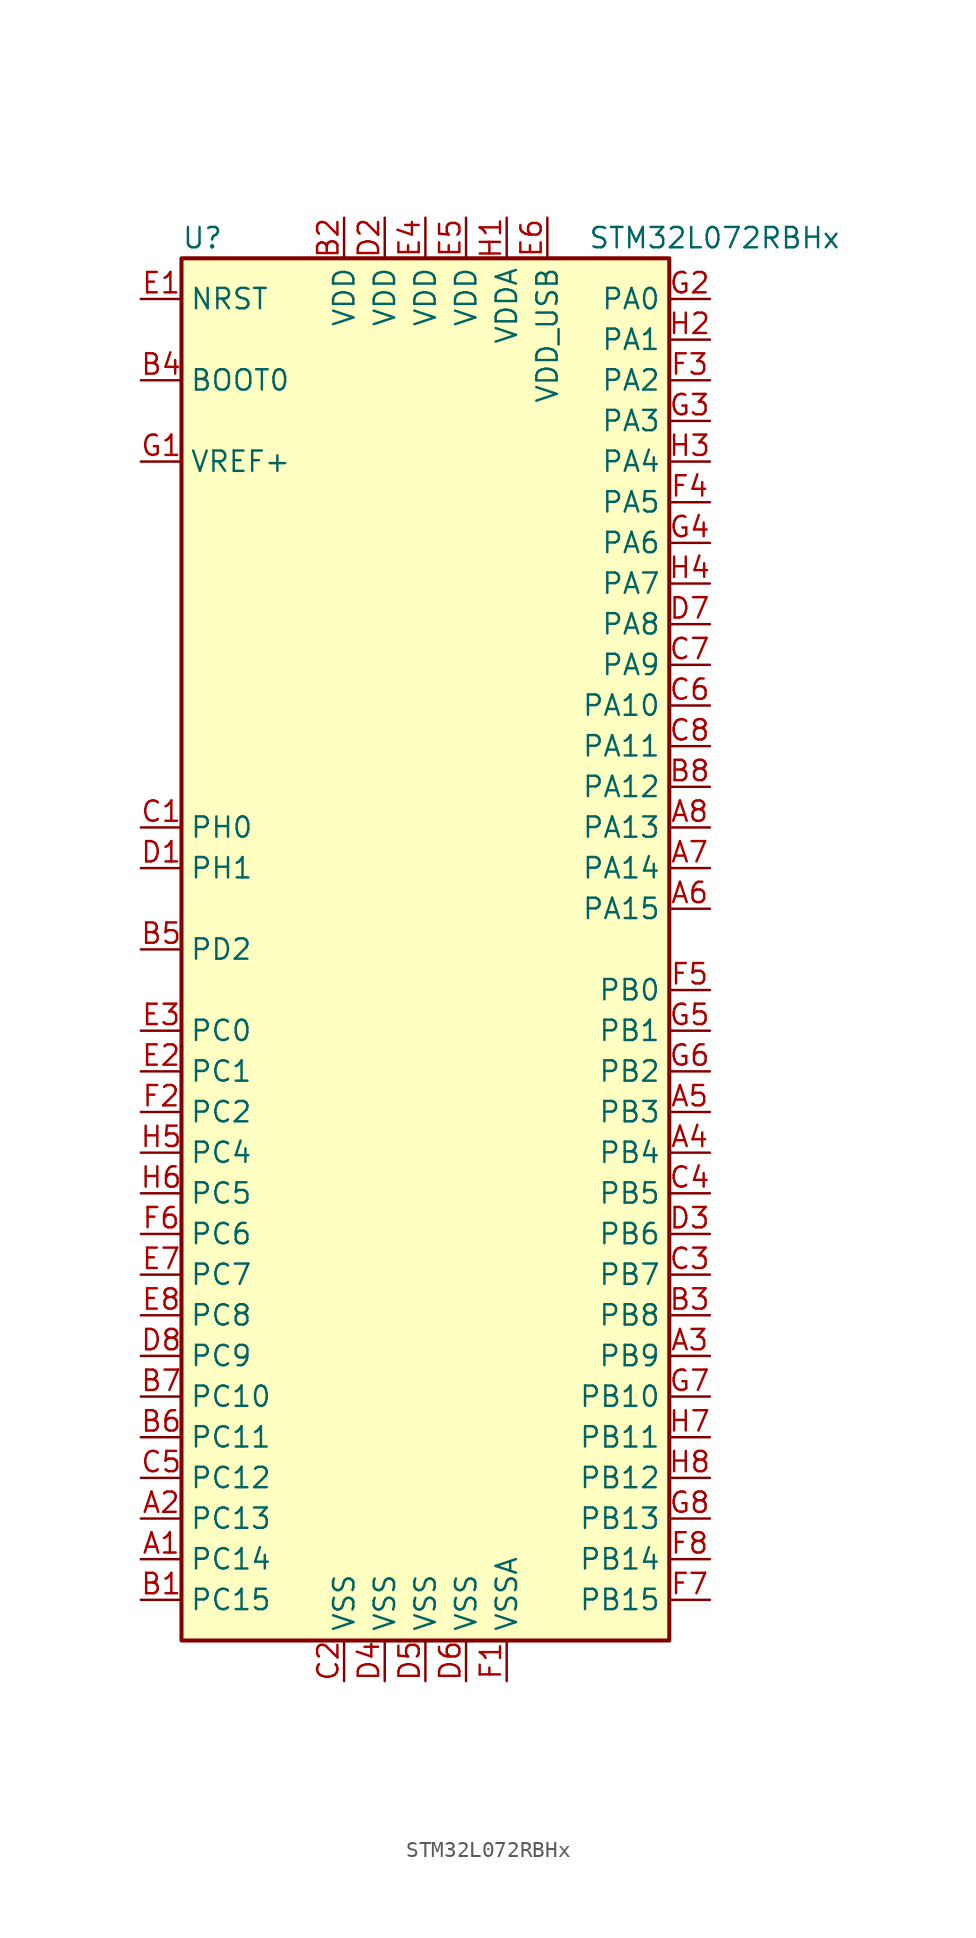
<source format=kicad_sym>
(kicad_symbol_lib
  (version 20201005)
  (generator kicad_symbol_editor)
  (symbol "STM32L072RBHx"
    (property "Reference" "U"
      (at -15.24 44.45 0)
      (effects (font (size 1.27 1.27)) (justify left)))
    (property "Value" "STM32L072RBHx"
      (at 10.16 44.45 0)
      (effects (font (size 1.27 1.27)) (justify left)))
    (symbol "STM32L072RBHx_0_1"
      (rectangle (start -15.24 -43.18) (end 15.24 43.18) (stroke (width 0.254)) (fill (type background))))
    (symbol "STM32L072RBHx_1_1"
      (pin input line (at -17.78 35.56 0) (length 2.54) (name "BOOT0" (effects (font (size 1.27 1.27)))) (number "B4" (effects (font (size 1.27 1.27)))))
      (pin input line (at -17.78 40.64 0) (length 2.54) (name "NRST" (effects (font (size 1.27 1.27)))) (number "E1" (effects (font (size 1.27 1.27)))))
      (pin bidirectional line (at 17.78 40.64 180) (length 2.54) (name "PA0" (effects (font (size 1.27 1.27)))) (number "G2" (effects (font (size 1.27 1.27)))))
      (pin bidirectional line (at 17.78 38.1 180) (length 2.54) (name "PA1" (effects (font (size 1.27 1.27)))) (number "H2" (effects (font (size 1.27 1.27)))))
      (pin bidirectional line (at 17.78 15.24 180) (length 2.54) (name "PA10" (effects (font (size 1.27 1.27)))) (number "C6" (effects (font (size 1.27 1.27)))))
      (pin bidirectional line (at 17.78 12.7 180) (length 2.54) (name "PA11" (effects (font (size 1.27 1.27)))) (number "C8" (effects (font (size 1.27 1.27)))))
      (pin bidirectional line (at 17.78 10.16 180) (length 2.54) (name "PA12" (effects (font (size 1.27 1.27)))) (number "B8" (effects (font (size 1.27 1.27)))))
      (pin bidirectional line (at 17.78 7.62 180) (length 2.54) (name "PA13" (effects (font (size 1.27 1.27)))) (number "A8" (effects (font (size 1.27 1.27)))))
      (pin bidirectional line (at 17.78 5.08 180) (length 2.54) (name "PA14" (effects (font (size 1.27 1.27)))) (number "A7" (effects (font (size 1.27 1.27)))))
      (pin bidirectional line (at 17.78 2.54 180) (length 2.54) (name "PA15" (effects (font (size 1.27 1.27)))) (number "A6" (effects (font (size 1.27 1.27)))))
      (pin bidirectional line (at 17.78 35.56 180) (length 2.54) (name "PA2" (effects (font (size 1.27 1.27)))) (number "F3" (effects (font (size 1.27 1.27)))))
      (pin bidirectional line (at 17.78 33.02 180) (length 2.54) (name "PA3" (effects (font (size 1.27 1.27)))) (number "G3" (effects (font (size 1.27 1.27)))))
      (pin bidirectional line (at 17.78 30.48 180) (length 2.54) (name "PA4" (effects (font (size 1.27 1.27)))) (number "H3" (effects (font (size 1.27 1.27)))))
      (pin bidirectional line (at 17.78 27.94 180) (length 2.54) (name "PA5" (effects (font (size 1.27 1.27)))) (number "F4" (effects (font (size 1.27 1.27)))))
      (pin bidirectional line (at 17.78 25.4 180) (length 2.54) (name "PA6" (effects (font (size 1.27 1.27)))) (number "G4" (effects (font (size 1.27 1.27)))))
      (pin bidirectional line (at 17.78 22.86 180) (length 2.54) (name "PA7" (effects (font (size 1.27 1.27)))) (number "H4" (effects (font (size 1.27 1.27)))))
      (pin bidirectional line (at 17.78 20.32 180) (length 2.54) (name "PA8" (effects (font (size 1.27 1.27)))) (number "D7" (effects (font (size 1.27 1.27)))))
      (pin bidirectional line (at 17.78 17.78 180) (length 2.54) (name "PA9" (effects (font (size 1.27 1.27)))) (number "C7" (effects (font (size 1.27 1.27)))))
      (pin bidirectional line (at 17.78 -2.54 180) (length 2.54) (name "PB0" (effects (font (size 1.27 1.27)))) (number "F5" (effects (font (size 1.27 1.27)))))
      (pin bidirectional line (at 17.78 -5.08 180) (length 2.54) (name "PB1" (effects (font (size 1.27 1.27)))) (number "G5" (effects (font (size 1.27 1.27)))))
      (pin bidirectional line (at 17.78 -27.94 180) (length 2.54) (name "PB10" (effects (font (size 1.27 1.27)))) (number "G7" (effects (font (size 1.27 1.27)))))
      (pin bidirectional line (at 17.78 -30.48 180) (length 2.54) (name "PB11" (effects (font (size 1.27 1.27)))) (number "H7" (effects (font (size 1.27 1.27)))))
      (pin bidirectional line (at 17.78 -33.02 180) (length 2.54) (name "PB12" (effects (font (size 1.27 1.27)))) (number "H8" (effects (font (size 1.27 1.27)))))
      (pin bidirectional line (at 17.78 -35.56 180) (length 2.54) (name "PB13" (effects (font (size 1.27 1.27)))) (number "G8" (effects (font (size 1.27 1.27)))))
      (pin bidirectional line (at 17.78 -38.1 180) (length 2.54) (name "PB14" (effects (font (size 1.27 1.27)))) (number "F8" (effects (font (size 1.27 1.27)))))
      (pin bidirectional line (at 17.78 -40.64 180) (length 2.54) (name "PB15" (effects (font (size 1.27 1.27)))) (number "F7" (effects (font (size 1.27 1.27)))))
      (pin bidirectional line (at 17.78 -7.62 180) (length 2.54) (name "PB2" (effects (font (size 1.27 1.27)))) (number "G6" (effects (font (size 1.27 1.27)))))
      (pin bidirectional line (at 17.78 -10.16 180) (length 2.54) (name "PB3" (effects (font (size 1.27 1.27)))) (number "A5" (effects (font (size 1.27 1.27)))))
      (pin bidirectional line (at 17.78 -12.7 180) (length 2.54) (name "PB4" (effects (font (size 1.27 1.27)))) (number "A4" (effects (font (size 1.27 1.27)))))
      (pin bidirectional line (at 17.78 -15.24 180) (length 2.54) (name "PB5" (effects (font (size 1.27 1.27)))) (number "C4" (effects (font (size 1.27 1.27)))))
      (pin bidirectional line (at 17.78 -17.78 180) (length 2.54) (name "PB6" (effects (font (size 1.27 1.27)))) (number "D3" (effects (font (size 1.27 1.27)))))
      (pin bidirectional line (at 17.78 -20.32 180) (length 2.54) (name "PB7" (effects (font (size 1.27 1.27)))) (number "C3" (effects (font (size 1.27 1.27)))))
      (pin bidirectional line (at 17.78 -22.86 180) (length 2.54) (name "PB8" (effects (font (size 1.27 1.27)))) (number "B3" (effects (font (size 1.27 1.27)))))
      (pin bidirectional line (at 17.78 -25.4 180) (length 2.54) (name "PB9" (effects (font (size 1.27 1.27)))) (number "A3" (effects (font (size 1.27 1.27)))))
      (pin bidirectional line (at -17.78 -5.08 0) (length 2.54) (name "PC0" (effects (font (size 1.27 1.27)))) (number "E3" (effects (font (size 1.27 1.27)))))
      (pin bidirectional line (at -17.78 -7.62 0) (length 2.54) (name "PC1" (effects (font (size 1.27 1.27)))) (number "E2" (effects (font (size 1.27 1.27)))))
      (pin bidirectional line (at -17.78 -27.94 0) (length 2.54) (name "PC10" (effects (font (size 1.27 1.27)))) (number "B7" (effects (font (size 1.27 1.27)))))
      (pin bidirectional line (at -17.78 -30.48 0) (length 2.54) (name "PC11" (effects (font (size 1.27 1.27)))) (number "B6" (effects (font (size 1.27 1.27)))))
      (pin bidirectional line (at -17.78 -33.02 0) (length 2.54) (name "PC12" (effects (font (size 1.27 1.27)))) (number "C5" (effects (font (size 1.27 1.27)))))
      (pin bidirectional line (at -17.78 -35.56 0) (length 2.54) (name "PC13" (effects (font (size 1.27 1.27)))) (number "A2" (effects (font (size 1.27 1.27)))))
      (pin bidirectional line (at -17.78 -38.1 0) (length 2.54) (name "PC14" (effects (font (size 1.27 1.27)))) (number "A1" (effects (font (size 1.27 1.27)))))
      (pin bidirectional line (at -17.78 -40.64 0) (length 2.54) (name "PC15" (effects (font (size 1.27 1.27)))) (number "B1" (effects (font (size 1.27 1.27)))))
      (pin bidirectional line (at -17.78 -10.16 0) (length 2.54) (name "PC2" (effects (font (size 1.27 1.27)))) (number "F2" (effects (font (size 1.27 1.27)))))
      (pin bidirectional line (at -17.78 -12.7 0) (length 2.54) (name "PC4" (effects (font (size 1.27 1.27)))) (number "H5" (effects (font (size 1.27 1.27)))))
      (pin bidirectional line (at -17.78 -15.24 0) (length 2.54) (name "PC5" (effects (font (size 1.27 1.27)))) (number "H6" (effects (font (size 1.27 1.27)))))
      (pin bidirectional line (at -17.78 -17.78 0) (length 2.54) (name "PC6" (effects (font (size 1.27 1.27)))) (number "F6" (effects (font (size 1.27 1.27)))))
      (pin bidirectional line (at -17.78 -20.32 0) (length 2.54) (name "PC7" (effects (font (size 1.27 1.27)))) (number "E7" (effects (font (size 1.27 1.27)))))
      (pin bidirectional line (at -17.78 -22.86 0) (length 2.54) (name "PC8" (effects (font (size 1.27 1.27)))) (number "E8" (effects (font (size 1.27 1.27)))))
      (pin bidirectional line (at -17.78 -25.4 0) (length 2.54) (name "PC9" (effects (font (size 1.27 1.27)))) (number "D8" (effects (font (size 1.27 1.27)))))
      (pin bidirectional line (at -17.78 0 0) (length 2.54) (name "PD2" (effects (font (size 1.27 1.27)))) (number "B5" (effects (font (size 1.27 1.27)))))
      (pin input line (at -17.78 7.62 0) (length 2.54) (name "PH0" (effects (font (size 1.27 1.27)))) (number "C1" (effects (font (size 1.27 1.27)))))
      (pin input line (at -17.78 5.08 0) (length 2.54) (name "PH1" (effects (font (size 1.27 1.27)))) (number "D1" (effects (font (size 1.27 1.27)))))
      (pin power_in line (at -5.08 45.72 270) (length 2.54) (name "VDD" (effects (font (size 1.27 1.27)))) (number "B2" (effects (font (size 1.27 1.27)))))
      (pin power_in line (at -2.54 45.72 270) (length 2.54) (name "VDD" (effects (font (size 1.27 1.27)))) (number "D2" (effects (font (size 1.27 1.27)))))
      (pin power_in line (at 0 45.72 270) (length 2.54) (name "VDD" (effects (font (size 1.27 1.27)))) (number "E4" (effects (font (size 1.27 1.27)))))
      (pin power_in line (at 2.54 45.72 270) (length 2.54) (name "VDD" (effects (font (size 1.27 1.27)))) (number "E5" (effects (font (size 1.27 1.27)))))
      (pin power_in line (at 5.08 45.72 270) (length 2.54) (name "VDDA" (effects (font (size 1.27 1.27)))) (number "H1" (effects (font (size 1.27 1.27)))))
      (pin power_in line (at 7.62 45.72 270) (length 2.54) (name "VDD_USB" (effects (font (size 1.27 1.27)))) (number "E6" (effects (font (size 1.27 1.27)))))
      (pin power_in line (at -17.78 30.48 0) (length 2.54) (name "VREF+" (effects (font (size 1.27 1.27)))) (number "G1" (effects (font (size 1.27 1.27)))))
      (pin power_in line (at -5.08 -45.72 90) (length 2.54) (name "VSS" (effects (font (size 1.27 1.27)))) (number "C2" (effects (font (size 1.27 1.27)))))
      (pin power_in line (at -2.54 -45.72 90) (length 2.54) (name "VSS" (effects (font (size 1.27 1.27)))) (number "D4" (effects (font (size 1.27 1.27)))))
      (pin power_in line (at 0 -45.72 90) (length 2.54) (name "VSS" (effects (font (size 1.27 1.27)))) (number "D5" (effects (font (size 1.27 1.27)))))
      (pin power_in line (at 2.54 -45.72 90) (length 2.54) (name "VSS" (effects (font (size 1.27 1.27)))) (number "D6" (effects (font (size 1.27 1.27)))))
      (pin power_in line (at 5.08 -45.72 90) (length 2.54) (name "VSSA" (effects (font (size 1.27 1.27)))) (number "F1" (effects (font (size 1.27 1.27))))))))
</source>
